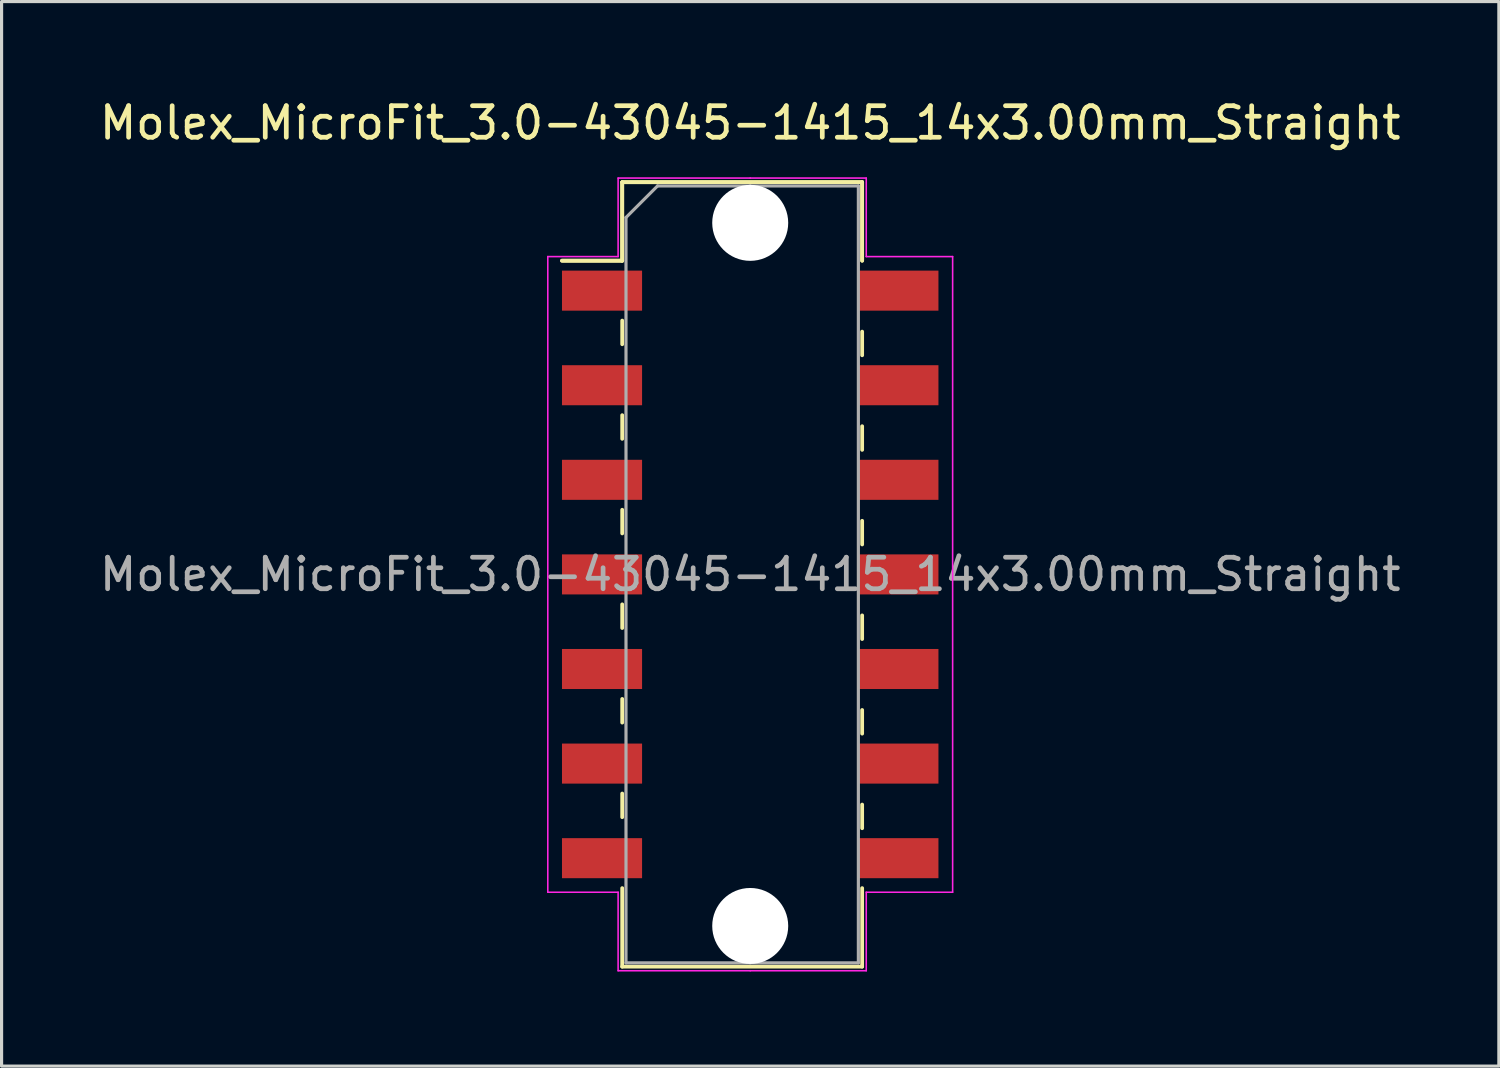
<source format=kicad_pcb>
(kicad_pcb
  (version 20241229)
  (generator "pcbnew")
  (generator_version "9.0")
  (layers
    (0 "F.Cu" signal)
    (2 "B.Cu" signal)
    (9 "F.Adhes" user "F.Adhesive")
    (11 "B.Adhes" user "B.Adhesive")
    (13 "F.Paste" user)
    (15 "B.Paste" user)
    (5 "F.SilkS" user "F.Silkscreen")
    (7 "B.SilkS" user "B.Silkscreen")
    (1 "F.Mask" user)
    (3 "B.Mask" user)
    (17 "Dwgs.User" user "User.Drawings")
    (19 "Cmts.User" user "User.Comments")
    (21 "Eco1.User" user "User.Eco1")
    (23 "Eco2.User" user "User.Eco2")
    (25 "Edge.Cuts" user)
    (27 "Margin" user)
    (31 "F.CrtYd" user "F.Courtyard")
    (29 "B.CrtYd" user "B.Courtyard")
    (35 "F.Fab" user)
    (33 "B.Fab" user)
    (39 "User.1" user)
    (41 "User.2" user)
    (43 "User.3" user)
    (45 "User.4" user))
  (footprint "Molex_MicroFit_3.0-43045-1415_14x3.00mm_Straight"
    (layer "F.Cu")
    (at 20.744 15.168)
    (property "Reference" "Molex_MicroFit_3.0-43045-1415_14x3.00mm_Straight" (at 0 -14.32 0) (layer "F.SilkS") (effects (font (size 1 1) (thickness 0.15))))
    (attr smd)
    (fp_line (start -5.97 -9.95) (end -4.06 -9.95) (stroke (width 0.12) (type solid)) (layer "F.SilkS"))
    (fp_line (start -5.97 -9.95) (end -4.06 -9.95) (stroke (width 0.12) (type solid)) (layer "F.SilkS"))
    (fp_line (start -4.06 -12.44) (end 3.55 -12.44) (stroke (width 0.12) (type solid)) (layer "F.SilkS"))
    (fp_line (start -4.06 -12.44) (end 3.55 -12.44) (stroke (width 0.12) (type solid)) (layer "F.SilkS"))
    (fp_line (start -4.06 -9.95) (end -4.06 -12.44) (stroke (width 0.12) (type solid)) (layer "F.SilkS"))
    (fp_line (start -4.06 -9.95) (end -4.06 -12.44) (stroke (width 0.12) (type solid)) (layer "F.SilkS"))
    (fp_line (start -4.06 -8.05) (end -4.06 -7.3) (stroke (width 0.12) (type solid)) (layer "F.SilkS"))
    (fp_line (start -4.06 -5.05) (end -4.06 -4.3) (stroke (width 0.12) (type solid)) (layer "F.SilkS"))
    (fp_line (start -4.06 -2.05) (end -4.06 -1.3) (stroke (width 0.12) (type solid)) (layer "F.SilkS"))
    (fp_line (start -4.06 0.95) (end -4.06 1.7) (stroke (width 0.12) (type solid)) (layer "F.SilkS"))
    (fp_line (start -4.06 3.95) (end -4.06 4.7) (stroke (width 0.12) (type solid)) (layer "F.SilkS"))
    (fp_line (start -4.06 6.95) (end -4.06 7.7) (stroke (width 0.12) (type solid)) (layer "F.SilkS"))
    (fp_line (start -4.06 12.44) (end -4.06 9.95) (stroke (width 0.12) (type solid)) (layer "F.SilkS"))
    (fp_line (start 3.55 -12.44) (end 3.55 -9.95) (stroke (width 0.12) (type solid)) (layer "F.SilkS"))
    (fp_line (start 3.55 -12.44) (end 3.55 -9.95) (stroke (width 0.12) (type solid)) (layer "F.SilkS"))
    (fp_line (start 3.55 -6.95) (end 3.55 -7.7) (stroke (width 0.12) (type solid)) (layer "F.SilkS"))
    (fp_line (start 3.55 -3.95) (end 3.55 -4.7) (stroke (width 0.12) (type solid)) (layer "F.SilkS"))
    (fp_line (start 3.55 -0.95) (end 3.55 -1.7) (stroke (width 0.12) (type solid)) (layer "F.SilkS"))
    (fp_line (start 3.55 2.05) (end 3.55 1.3) (stroke (width 0.12) (type solid)) (layer "F.SilkS"))
    (fp_line (start 3.55 5.05) (end 3.55 4.3) (stroke (width 0.12) (type solid)) (layer "F.SilkS"))
    (fp_line (start 3.55 8.05) (end 3.55 7.3) (stroke (width 0.12) (type solid)) (layer "F.SilkS"))
    (fp_line (start 3.55 9.95) (end 3.55 12.44) (stroke (width 0.12) (type solid)) (layer "F.SilkS"))
    (fp_line (start 3.55 12.44) (end -4.06 12.44) (stroke (width 0.12) (type solid)) (layer "F.SilkS"))
    (fp_line (start -6.42 -10.08) (end -4.19 -10.08) (stroke (width 0.05) (type solid)) (layer "F.CrtYd"))
    (fp_line (start -6.42 10.08) (end -6.42 -10.08) (stroke (width 0.05) (type solid)) (layer "F.CrtYd"))
    (fp_line (start -4.19 -12.57) (end 0 -12.57) (stroke (width 0.05) (type solid)) (layer "F.CrtYd"))
    (fp_line (start -4.19 -10.08) (end -4.19 -12.57) (stroke (width 0.05) (type solid)) (layer "F.CrtYd"))
    (fp_line (start -4.19 10.08) (end -6.42 10.08) (stroke (width 0.05) (type solid)) (layer "F.CrtYd"))
    (fp_line (start -4.19 12.57) (end -4.19 10.08) (stroke (width 0.05) (type solid)) (layer "F.CrtYd"))
    (fp_line (start 0 -12.57) (end 3.68 -12.57) (stroke (width 0.05) (type solid)) (layer "F.CrtYd"))
    (fp_line (start 0 12.57) (end -4.19 12.57) (stroke (width 0.05) (type solid)) (layer "F.CrtYd"))
    (fp_line (start 3.68 -12.57) (end 3.68 -10.08) (stroke (width 0.05) (type solid)) (layer "F.CrtYd"))
    (fp_line (start 3.68 -10.08) (end 6.42 -10.08) (stroke (width 0.05) (type solid)) (layer "F.CrtYd"))
    (fp_line (start 3.68 10.08) (end 3.68 12.57) (stroke (width 0.05) (type solid)) (layer "F.CrtYd"))
    (fp_line (start 3.68 12.57) (end 0 12.57) (stroke (width 0.05) (type solid)) (layer "F.CrtYd"))
    (fp_line (start 6.42 -10.08) (end 6.42 10.08) (stroke (width 0.05) (type solid)) (layer "F.CrtYd"))
    (fp_line (start 6.42 10.08) (end 3.68 10.08) (stroke (width 0.05) (type solid)) (layer "F.CrtYd"))
    (fp_line (start -3.94 -11.32) (end -2.94 -12.32) (stroke (width 0.1) (type solid)) (layer "F.Fab"))
    (fp_line (start -3.94 12.32) (end -3.94 -11.32) (stroke (width 0.1) (type solid)) (layer "F.Fab"))
    (fp_line (start -2.94 -12.32) (end 0 -12.32) (stroke (width 0.1) (type solid)) (layer "F.Fab"))
    (fp_line (start 0 -12.32) (end 3.43 -12.32) (stroke (width 0.1) (type solid)) (layer "F.Fab"))
    (fp_line (start 0 12.32) (end -3.94 12.32) (stroke (width 0.1) (type solid)) (layer "F.Fab"))
    (fp_line (start 3.43 -12.32) (end 3.43 12.32) (stroke (width 0.1) (type solid)) (layer "F.Fab"))
    (fp_line (start 3.43 12.32) (end 0 12.32) (stroke (width 0.1) (type solid)) (layer "F.Fab"))
    (fp_text user "${REFERENCE}" (at 0 0 0) (layer "F.Fab") (effects (font (size 1 1) (thickness 0.15))))
    (pad "" np_thru_hole circle (at 0 -11.15) (size 2.41 2.41) (drill 2.41) (layers "*.Cu"))
    (pad "" np_thru_hole circle (at 0 11.15) (size 2.41 2.41) (drill 2.41) (layers "*.Cu"))
    (pad "1" smd rect (at -4.7 -9) (size 2.54 1.27) (layers "F.Cu" "F.Mask" "F.Paste"))
    (pad "2" smd rect (at -4.7 -6) (size 2.54 1.27) (layers "F.Cu" "F.Mask" "F.Paste"))
    (pad "3" smd rect (at -4.7 -3) (size 2.54 1.27) (layers "F.Cu" "F.Mask" "F.Paste"))
    (pad "4" smd rect (at -4.7 0) (size 2.54 1.27) (layers "F.Cu" "F.Mask" "F.Paste"))
    (pad "5" smd rect (at -4.7 3) (size 2.54 1.27) (layers "F.Cu" "F.Mask" "F.Paste"))
    (pad "6" smd rect (at -4.7 6) (size 2.54 1.27) (layers "F.Cu" "F.Mask" "F.Paste"))
    (pad "7" smd rect (at -4.7 9) (size 2.54 1.27) (layers "F.Cu" "F.Mask" "F.Paste"))
    (pad "8" smd rect (at 4.7 9) (size 2.54 1.27) (layers "F.Cu" "F.Mask" "F.Paste"))
    (pad "9" smd rect (at 4.7 6) (size 2.54 1.27) (layers "F.Cu" "F.Mask" "F.Paste"))
    (pad "10" smd rect (at 4.7 3) (size 2.54 1.27) (layers "F.Cu" "F.Mask" "F.Paste"))
    (pad "11" smd rect (at 4.7 0) (size 2.54 1.27) (layers "F.Cu" "F.Mask" "F.Paste"))
    (pad "12" smd rect (at 4.7 -3) (size 2.54 1.27) (layers "F.Cu" "F.Mask" "F.Paste"))
    (pad "13" smd rect (at 4.7 -6) (size 2.54 1.27) (layers "F.Cu" "F.Mask" "F.Paste"))
    (pad "14" smd rect (at 4.7 -9) (size 2.54 1.27) (layers "F.Cu" "F.Mask" "F.Paste")))
  (gr_rect
    (start -3 -3)
    (end 44.488 30.763)
    (stroke (width 0.1) (type default))
    (fill no)
    (layer "Edge.Cuts")))
</source>
